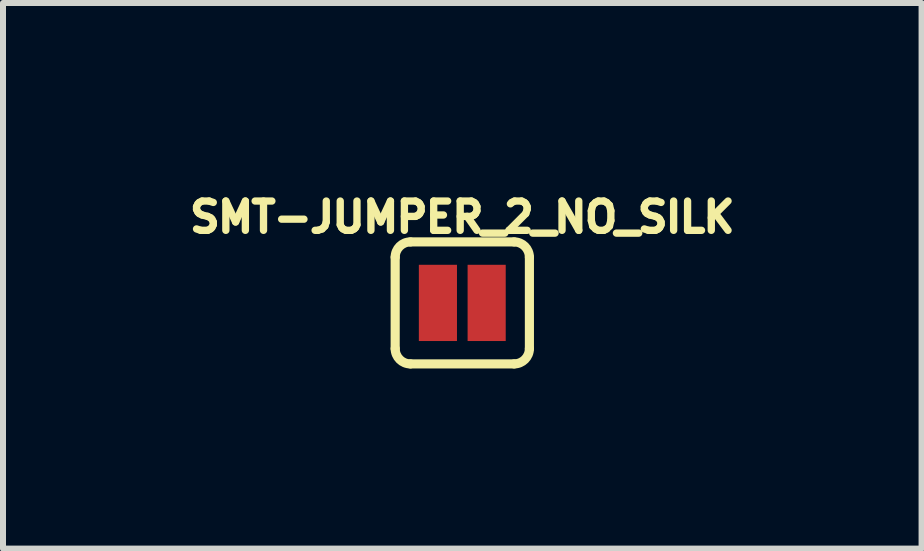
<source format=kicad_pcb>
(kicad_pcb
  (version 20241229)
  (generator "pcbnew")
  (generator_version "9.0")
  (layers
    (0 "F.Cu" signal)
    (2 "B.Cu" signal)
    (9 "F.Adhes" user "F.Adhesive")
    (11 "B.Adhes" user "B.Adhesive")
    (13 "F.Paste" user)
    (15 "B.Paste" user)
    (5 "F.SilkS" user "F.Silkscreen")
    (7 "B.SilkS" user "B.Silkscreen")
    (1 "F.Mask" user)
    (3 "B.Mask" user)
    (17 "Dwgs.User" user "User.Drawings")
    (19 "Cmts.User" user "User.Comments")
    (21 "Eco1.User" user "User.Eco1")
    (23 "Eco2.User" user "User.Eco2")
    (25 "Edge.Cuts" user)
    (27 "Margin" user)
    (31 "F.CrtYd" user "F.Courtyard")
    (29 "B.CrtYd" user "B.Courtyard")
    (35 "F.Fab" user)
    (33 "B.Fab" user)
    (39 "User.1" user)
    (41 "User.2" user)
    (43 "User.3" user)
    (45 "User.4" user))
  (footprint "SMT-JUMPER_2_NO_SILK"
    (layer "F.Cu")
    (at 4.651 1.996)
    (property "Reference" "SMT-JUMPER_2_NO_SILK" (at 0 -1.143 0) (layer "F.SilkS") (effects (font (size 0.488 0.488) (thickness 0.122)) (justify bottom)))
    (fp_line (start -1.118 0.762) (end -1.118 -0.762) (stroke (width 0.152) (type solid)) (layer "F.SilkS"))
    (fp_line (start -0.864 -1.016) (end 0.864 -1.016) (stroke (width 0.152) (type solid)) (layer "F.SilkS"))
    (fp_line (start 0.864 1.016) (end -0.864 1.016) (stroke (width 0.152) (type solid)) (layer "F.SilkS"))
    (fp_line (start 1.118 0.762) (end 1.118 -0.762) (stroke (width 0.152) (type solid)) (layer "F.SilkS"))
    (fp_arc (start -1.1176 -0.762) (mid -1.043205 -0.941605) (end -0.8636 -1.016) (stroke (width 0.1524) (type solid)) (layer "F.SilkS"))
    (fp_arc (start -0.8636 1.016) (mid -1.043205 0.941605) (end -1.1176 0.762) (stroke (width 0.1524) (type solid)) (layer "F.SilkS"))
    (fp_arc (start 0.8636 -1.016) (mid 1.043205 -0.941605) (end 1.1176 -0.762) (stroke (width 0.1524) (type solid)) (layer "F.SilkS"))
    (fp_arc (start 1.1176 0.762) (mid 1.043205 0.941605) (end 0.8636 1.016) (stroke (width 0.1524) (type solid)) (layer "F.SilkS"))
    (pad "1" smd rect (at -0.406 0) (size 0.635 1.27) (layers "F.Cu" "F.Mask"))
    (pad "2" smd rect (at 0.406 0) (size 0.635 1.27) (layers "F.Cu" "F.Mask")))
  (gr_rect
    (start -3 -3)
    (end 12.302 6.089)
    (stroke (width 0.1) (type default))
    (fill no)
    (layer "Edge.Cuts")))
</source>
